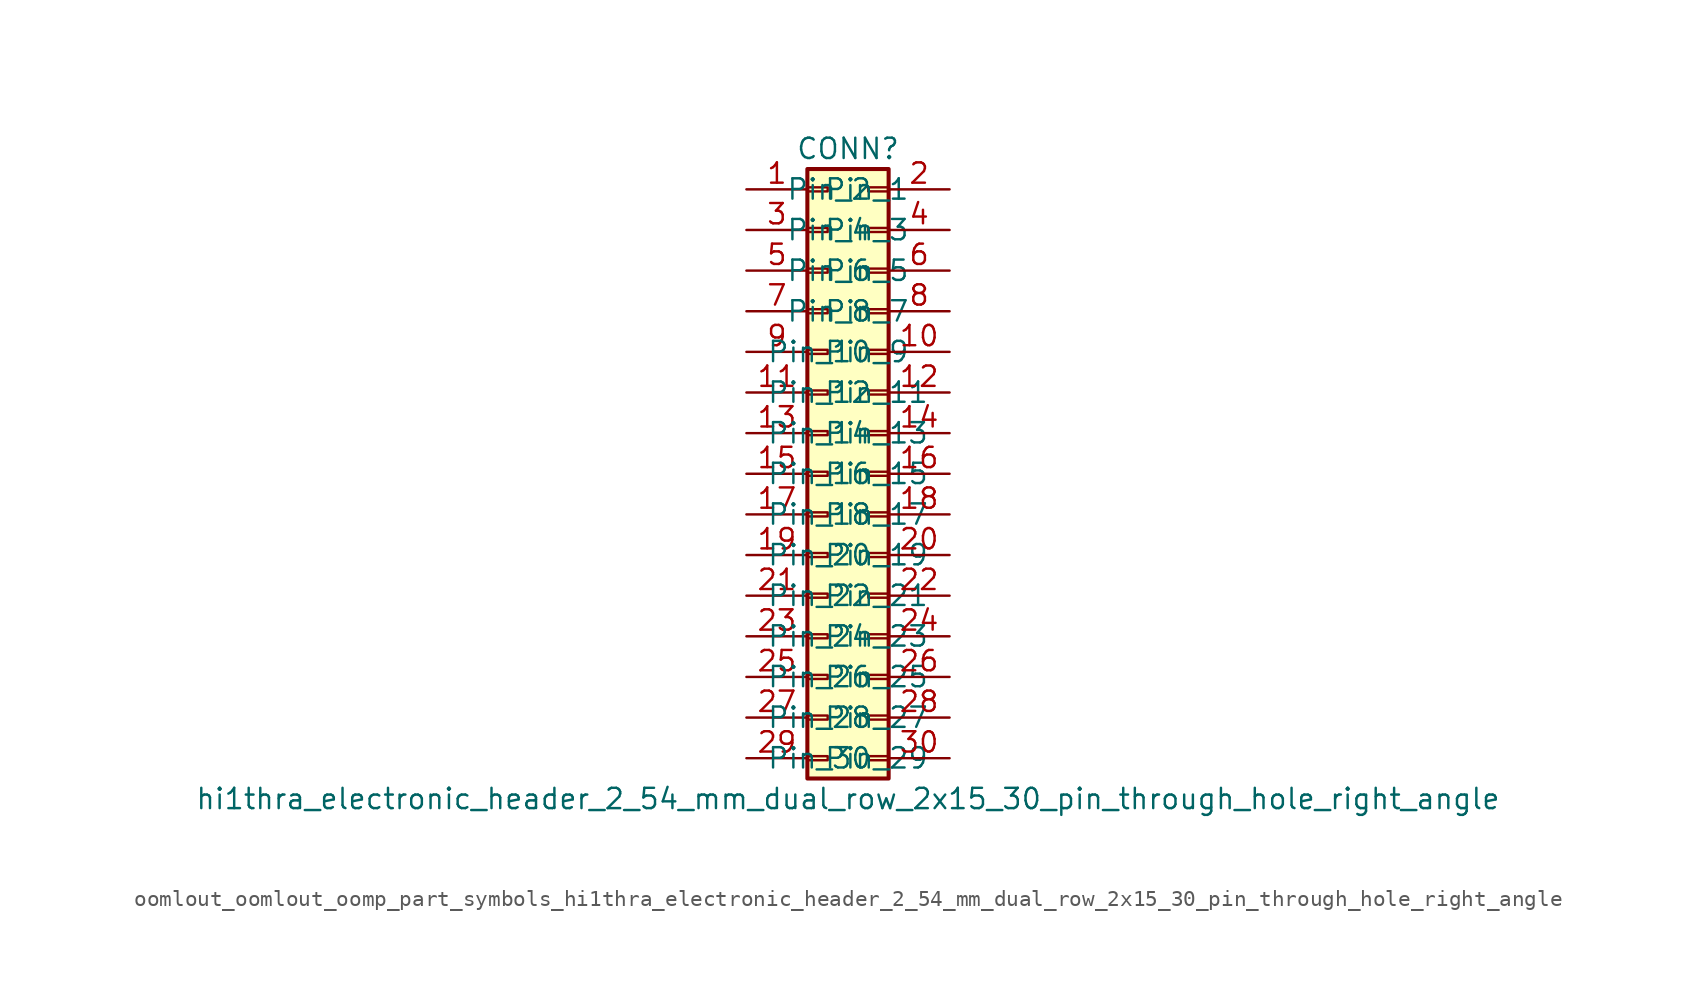
<source format=kicad_sym>
(kicad_symbol_lib
  (version 20220914)
  (generator kicad_symbol_editor)
  (symbol "oomlout_oomlout_oomp_part_symbols_hi1thra_electronic_header_2_54_mm_dual_row_2x15_30_pin_through_hole_right_angle"
    (pin_names
      (offset 1.016))
    (property "Reference" "CONN"
      (at 1.27 20.32 0)
      (effects (font (size 1.27 1.27))))
    (property "Value" "hi1thra_electronic_header_2_54_mm_dual_row_2x15_30_pin_through_hole_right_angle"
      (at 1.27 -20.32 0)
      (effects (font (size 1.27 1.27))))
    (symbol "oomlout_oomlout_oomp_part_symbols_hi1thra_electronic_header_2_54_mm_dual_row_2x15_30_pin_through_hole_right_angle_1_1"
      (rectangle (start -1.27 -17.653) (end 0 -17.907) (stroke (width 0.152) (type default)) (fill (type none)))
      (rectangle (start -1.27 -15.113) (end 0 -15.367) (stroke (width 0.152) (type default)) (fill (type none)))
      (rectangle (start -1.27 -12.573) (end 0 -12.827) (stroke (width 0.152) (type default)) (fill (type none)))
      (rectangle (start -1.27 -10.033) (end 0 -10.287) (stroke (width 0.152) (type default)) (fill (type none)))
      (rectangle (start -1.27 -7.493) (end 0 -7.747) (stroke (width 0.152) (type default)) (fill (type none)))
      (rectangle (start -1.27 -4.953) (end 0 -5.207) (stroke (width 0.152) (type default)) (fill (type none)))
      (rectangle (start -1.27 -2.413) (end 0 -2.667) (stroke (width 0.152) (type default)) (fill (type none)))
      (rectangle (start -1.27 0.127) (end 0 -0.127) (stroke (width 0.152) (type default)) (fill (type none)))
      (rectangle (start -1.27 2.667) (end 0 2.413) (stroke (width 0.152) (type default)) (fill (type none)))
      (rectangle (start -1.27 5.207) (end 0 4.953) (stroke (width 0.152) (type default)) (fill (type none)))
      (rectangle (start -1.27 7.747) (end 0 7.493) (stroke (width 0.152) (type default)) (fill (type none)))
      (rectangle (start -1.27 10.287) (end 0 10.033) (stroke (width 0.152) (type default)) (fill (type none)))
      (rectangle (start -1.27 12.827) (end 0 12.573) (stroke (width 0.152) (type default)) (fill (type none)))
      (rectangle (start -1.27 15.367) (end 0 15.113) (stroke (width 0.152) (type default)) (fill (type none)))
      (rectangle (start -1.27 17.907) (end 0 17.653) (stroke (width 0.152) (type default)) (fill (type none)))
      (rectangle (start -1.27 19.05) (end 3.81 -19.05) (stroke (width 0.254) (type default)) (fill (type background)))
      (rectangle (start 3.81 -17.653) (end 2.54 -17.907) (stroke (width 0.152) (type default)) (fill (type none)))
      (rectangle (start 3.81 -15.113) (end 2.54 -15.367) (stroke (width 0.152) (type default)) (fill (type none)))
      (rectangle (start 3.81 -12.573) (end 2.54 -12.827) (stroke (width 0.152) (type default)) (fill (type none)))
      (rectangle (start 3.81 -10.033) (end 2.54 -10.287) (stroke (width 0.152) (type default)) (fill (type none)))
      (rectangle (start 3.81 -7.493) (end 2.54 -7.747) (stroke (width 0.152) (type default)) (fill (type none)))
      (rectangle (start 3.81 -4.953) (end 2.54 -5.207) (stroke (width 0.152) (type default)) (fill (type none)))
      (rectangle (start 3.81 -2.413) (end 2.54 -2.667) (stroke (width 0.152) (type default)) (fill (type none)))
      (rectangle (start 3.81 0.127) (end 2.54 -0.127) (stroke (width 0.152) (type default)) (fill (type none)))
      (rectangle (start 3.81 2.667) (end 2.54 2.413) (stroke (width 0.152) (type default)) (fill (type none)))
      (rectangle (start 3.81 5.207) (end 2.54 4.953) (stroke (width 0.152) (type default)) (fill (type none)))
      (rectangle (start 3.81 7.747) (end 2.54 7.493) (stroke (width 0.152) (type default)) (fill (type none)))
      (rectangle (start 3.81 10.287) (end 2.54 10.033) (stroke (width 0.152) (type default)) (fill (type none)))
      (rectangle (start 3.81 12.827) (end 2.54 12.573) (stroke (width 0.152) (type default)) (fill (type none)))
      (rectangle (start 3.81 15.367) (end 2.54 15.113) (stroke (width 0.152) (type default)) (fill (type none)))
      (rectangle (start 3.81 17.907) (end 2.54 17.653) (stroke (width 0.152) (type default)) (fill (type none)))
      (pin passive line (at -5.08 17.78 0) (length 3.81) (name "Pin_1" (effects (font (size 1.27 1.27)))) (number "1" (effects (font (size 1.27 1.27)))))
      (pin passive line (at 7.62 7.62 180) (length 3.81) (name "Pin_10" (effects (font (size 1.27 1.27)))) (number "10" (effects (font (size 1.27 1.27)))))
      (pin passive line (at -5.08 5.08 0) (length 3.81) (name "Pin_11" (effects (font (size 1.27 1.27)))) (number "11" (effects (font (size 1.27 1.27)))))
      (pin passive line (at 7.62 5.08 180) (length 3.81) (name "Pin_12" (effects (font (size 1.27 1.27)))) (number "12" (effects (font (size 1.27 1.27)))))
      (pin passive line (at -5.08 2.54 0) (length 3.81) (name "Pin_13" (effects (font (size 1.27 1.27)))) (number "13" (effects (font (size 1.27 1.27)))))
      (pin passive line (at 7.62 2.54 180) (length 3.81) (name "Pin_14" (effects (font (size 1.27 1.27)))) (number "14" (effects (font (size 1.27 1.27)))))
      (pin passive line (at -5.08 0 0) (length 3.81) (name "Pin_15" (effects (font (size 1.27 1.27)))) (number "15" (effects (font (size 1.27 1.27)))))
      (pin passive line (at 7.62 0 180) (length 3.81) (name "Pin_16" (effects (font (size 1.27 1.27)))) (number "16" (effects (font (size 1.27 1.27)))))
      (pin passive line (at -5.08 -2.54 0) (length 3.81) (name "Pin_17" (effects (font (size 1.27 1.27)))) (number "17" (effects (font (size 1.27 1.27)))))
      (pin passive line (at 7.62 -2.54 180) (length 3.81) (name "Pin_18" (effects (font (size 1.27 1.27)))) (number "18" (effects (font (size 1.27 1.27)))))
      (pin passive line (at -5.08 -5.08 0) (length 3.81) (name "Pin_19" (effects (font (size 1.27 1.27)))) (number "19" (effects (font (size 1.27 1.27)))))
      (pin passive line (at 7.62 17.78 180) (length 3.81) (name "Pin_2" (effects (font (size 1.27 1.27)))) (number "2" (effects (font (size 1.27 1.27)))))
      (pin passive line (at 7.62 -5.08 180) (length 3.81) (name "Pin_20" (effects (font (size 1.27 1.27)))) (number "20" (effects (font (size 1.27 1.27)))))
      (pin passive line (at -5.08 -7.62 0) (length 3.81) (name "Pin_21" (effects (font (size 1.27 1.27)))) (number "21" (effects (font (size 1.27 1.27)))))
      (pin passive line (at 7.62 -7.62 180) (length 3.81) (name "Pin_22" (effects (font (size 1.27 1.27)))) (number "22" (effects (font (size 1.27 1.27)))))
      (pin passive line (at -5.08 -10.16 0) (length 3.81) (name "Pin_23" (effects (font (size 1.27 1.27)))) (number "23" (effects (font (size 1.27 1.27)))))
      (pin passive line (at 7.62 -10.16 180) (length 3.81) (name "Pin_24" (effects (font (size 1.27 1.27)))) (number "24" (effects (font (size 1.27 1.27)))))
      (pin passive line (at -5.08 -12.7 0) (length 3.81) (name "Pin_25" (effects (font (size 1.27 1.27)))) (number "25" (effects (font (size 1.27 1.27)))))
      (pin passive line (at 7.62 -12.7 180) (length 3.81) (name "Pin_26" (effects (font (size 1.27 1.27)))) (number "26" (effects (font (size 1.27 1.27)))))
      (pin passive line (at -5.08 -15.24 0) (length 3.81) (name "Pin_27" (effects (font (size 1.27 1.27)))) (number "27" (effects (font (size 1.27 1.27)))))
      (pin passive line (at 7.62 -15.24 180) (length 3.81) (name "Pin_28" (effects (font (size 1.27 1.27)))) (number "28" (effects (font (size 1.27 1.27)))))
      (pin passive line (at -5.08 -17.78 0) (length 3.81) (name "Pin_29" (effects (font (size 1.27 1.27)))) (number "29" (effects (font (size 1.27 1.27)))))
      (pin passive line (at -5.08 15.24 0) (length 3.81) (name "Pin_3" (effects (font (size 1.27 1.27)))) (number "3" (effects (font (size 1.27 1.27)))))
      (pin passive line (at 7.62 -17.78 180) (length 3.81) (name "Pin_30" (effects (font (size 1.27 1.27)))) (number "30" (effects (font (size 1.27 1.27)))))
      (pin passive line (at 7.62 15.24 180) (length 3.81) (name "Pin_4" (effects (font (size 1.27 1.27)))) (number "4" (effects (font (size 1.27 1.27)))))
      (pin passive line (at -5.08 12.7 0) (length 3.81) (name "Pin_5" (effects (font (size 1.27 1.27)))) (number "5" (effects (font (size 1.27 1.27)))))
      (pin passive line (at 7.62 12.7 180) (length 3.81) (name "Pin_6" (effects (font (size 1.27 1.27)))) (number "6" (effects (font (size 1.27 1.27)))))
      (pin passive line (at -5.08 10.16 0) (length 3.81) (name "Pin_7" (effects (font (size 1.27 1.27)))) (number "7" (effects (font (size 1.27 1.27)))))
      (pin passive line (at 7.62 10.16 180) (length 3.81) (name "Pin_8" (effects (font (size 1.27 1.27)))) (number "8" (effects (font (size 1.27 1.27)))))
      (pin passive line (at -5.08 7.62 0) (length 3.81) (name "Pin_9" (effects (font (size 1.27 1.27)))) (number "9" (effects (font (size 1.27 1.27))))))))
</source>
